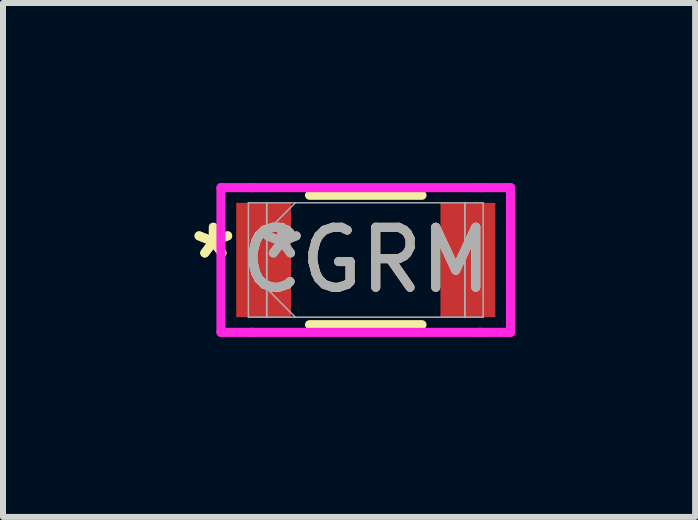
<source format=kicad_pcb>
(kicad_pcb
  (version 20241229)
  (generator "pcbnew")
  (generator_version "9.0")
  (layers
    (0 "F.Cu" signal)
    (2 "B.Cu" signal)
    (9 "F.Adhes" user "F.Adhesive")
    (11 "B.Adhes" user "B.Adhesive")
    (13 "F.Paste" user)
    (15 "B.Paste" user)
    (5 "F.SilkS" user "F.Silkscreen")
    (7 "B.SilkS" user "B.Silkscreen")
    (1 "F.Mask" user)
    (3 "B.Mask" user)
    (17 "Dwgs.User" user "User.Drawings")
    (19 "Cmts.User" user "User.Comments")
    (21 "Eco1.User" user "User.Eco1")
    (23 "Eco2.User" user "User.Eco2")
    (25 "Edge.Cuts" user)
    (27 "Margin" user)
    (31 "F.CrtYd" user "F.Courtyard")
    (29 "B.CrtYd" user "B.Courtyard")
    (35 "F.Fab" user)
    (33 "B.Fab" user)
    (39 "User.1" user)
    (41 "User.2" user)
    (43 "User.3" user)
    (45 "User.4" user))
  (footprint "CGRM"
    (layer "F.Cu")
    (at 3.046 1.283)
    (property "Reference" "CGRM" (at 0 0 0) (unlocked yes) (layer "F.SilkS") (effects (font (size 1 1) (thickness 0.15))))
    (attr smd)
    (fp_line (start -0.937 1.079) (end 0.937 1.079) (stroke (width 0.152) (type solid)) (layer "F.SilkS"))
    (fp_line (start 0.937 -1.079) (end -0.937 -1.079) (stroke (width 0.152) (type solid)) (layer "F.SilkS"))
    (fp_line (start -2.413 -1.206) (end -1.905 -1.206) (stroke (width 0.152) (type solid)) (layer "F.CrtYd"))
    (fp_line (start -2.413 1.206) (end -2.413 -1.206) (stroke (width 0.152) (type solid)) (layer "F.CrtYd"))
    (fp_line (start -1.905 -1.206) (end -1.905 -1.206) (stroke (width 0.152) (type solid)) (layer "F.CrtYd"))
    (fp_line (start -1.905 -1.206) (end 1.905 -1.206) (stroke (width 0.152) (type solid)) (layer "F.CrtYd"))
    (fp_line (start -1.905 1.206) (end -2.413 1.206) (stroke (width 0.152) (type solid)) (layer "F.CrtYd"))
    (fp_line (start -1.905 1.206) (end -1.905 1.206) (stroke (width 0.152) (type solid)) (layer "F.CrtYd"))
    (fp_line (start 1.905 -1.206) (end 1.905 -1.206) (stroke (width 0.152) (type solid)) (layer "F.CrtYd"))
    (fp_line (start 1.905 -1.206) (end 2.413 -1.206) (stroke (width 0.152) (type solid)) (layer "F.CrtYd"))
    (fp_line (start 1.905 1.206) (end -1.905 1.206) (stroke (width 0.152) (type solid)) (layer "F.CrtYd"))
    (fp_line (start 1.905 1.206) (end 1.905 1.206) (stroke (width 0.152) (type solid)) (layer "F.CrtYd"))
    (fp_line (start 2.413 -1.206) (end 2.413 1.206) (stroke (width 0.152) (type solid)) (layer "F.CrtYd"))
    (fp_line (start 2.413 1.206) (end 1.905 1.206) (stroke (width 0.152) (type solid)) (layer "F.CrtYd"))
    (fp_line (start -1.956 -0.953) (end -1.956 0.953) (stroke (width 0.025) (type solid)) (layer "F.Fab"))
    (fp_line (start -1.956 0.953) (end -1.651 0.953) (stroke (width 0.025) (type solid)) (layer "F.Fab"))
    (fp_line (start -1.651 -0.953) (end -1.956 -0.953) (stroke (width 0.025) (type solid)) (layer "F.Fab"))
    (fp_line (start -1.651 -0.953) (end -1.651 0.953) (stroke (width 0.025) (type solid)) (layer "F.Fab"))
    (fp_line (start -1.651 -0.476) (end -1.175 -0.953) (stroke (width 0.025) (type solid)) (layer "F.Fab"))
    (fp_line (start -1.651 0.476) (end -1.175 0.953) (stroke (width 0.025) (type solid)) (layer "F.Fab"))
    (fp_line (start -1.651 0.953) (end -1.651 -0.953) (stroke (width 0.025) (type solid)) (layer "F.Fab"))
    (fp_line (start -1.651 0.953) (end 1.651 0.953) (stroke (width 0.025) (type solid)) (layer "F.Fab"))
    (fp_line (start 1.651 -0.953) (end -1.651 -0.953) (stroke (width 0.025) (type solid)) (layer "F.Fab"))
    (fp_line (start 1.651 -0.953) (end 1.651 0.953) (stroke (width 0.025) (type solid)) (layer "F.Fab"))
    (fp_line (start 1.651 0.953) (end 1.651 -0.953) (stroke (width 0.025) (type solid)) (layer "F.Fab"))
    (fp_line (start 1.651 0.953) (end 1.956 0.953) (stroke (width 0.025) (type solid)) (layer "F.Fab"))
    (fp_line (start 1.956 -0.953) (end 1.651 -0.953) (stroke (width 0.025) (type solid)) (layer "F.Fab"))
    (fp_line (start 1.956 0.953) (end 1.956 -0.953) (stroke (width 0.025) (type solid)) (layer "F.Fab"))
    (fp_text user "*" (at -2.54 0 0) (unlocked yes) (layer "F.SilkS") (effects (font (size 1 1) (thickness 0.15))))
    (fp_text user "*" (at -2.54 0 0) (layer "F.SilkS") (effects (font (size 1 1) (thickness 0.15))))
    (fp_text user "*" (at -1.397 0 0) (layer "F.Fab") (effects (font (size 1 1) (thickness 0.15))))
    (fp_text user "*" (at -1.397 0 0) (unlocked yes) (layer "F.Fab") (effects (font (size 1 1) (thickness 0.15))))
    (fp_text user "${REFERENCE}" (at 0 0 0) (unlocked yes) (layer "F.Fab") (effects (font (size 1 1) (thickness 0.15))))
    (pad "1" smd rect (at -1.702 0) (size 0.914 1.905) (layers "F.Cu" "F.Mask" "F.Paste"))
    (pad "2" smd rect (at 1.702 0) (size 0.914 1.905) (layers "F.Cu" "F.Mask" "F.Paste"))
    (zone (net_name "") (layer "F.Cu") (hatch full 0.508) (connect_pads) (min_thickness 0.254) (filled_areas_thickness no) (keepout (tracks not_allowed) (vias not_allowed) (pads allowed) (copperpour not_allowed) (footprints allowed)) (placement (enabled no)) (fill) (polygon (pts (xy 1.852 0.381) (xy 4.24 0.381) (xy 4.24 2.184) (xy 1.852 2.184)))))
  (gr_rect
    (start -3 -3)
    (end 8.535 5.565)
    (stroke (width 0.1) (type default))
    (fill no)
    (layer "Edge.Cuts")))
</source>
